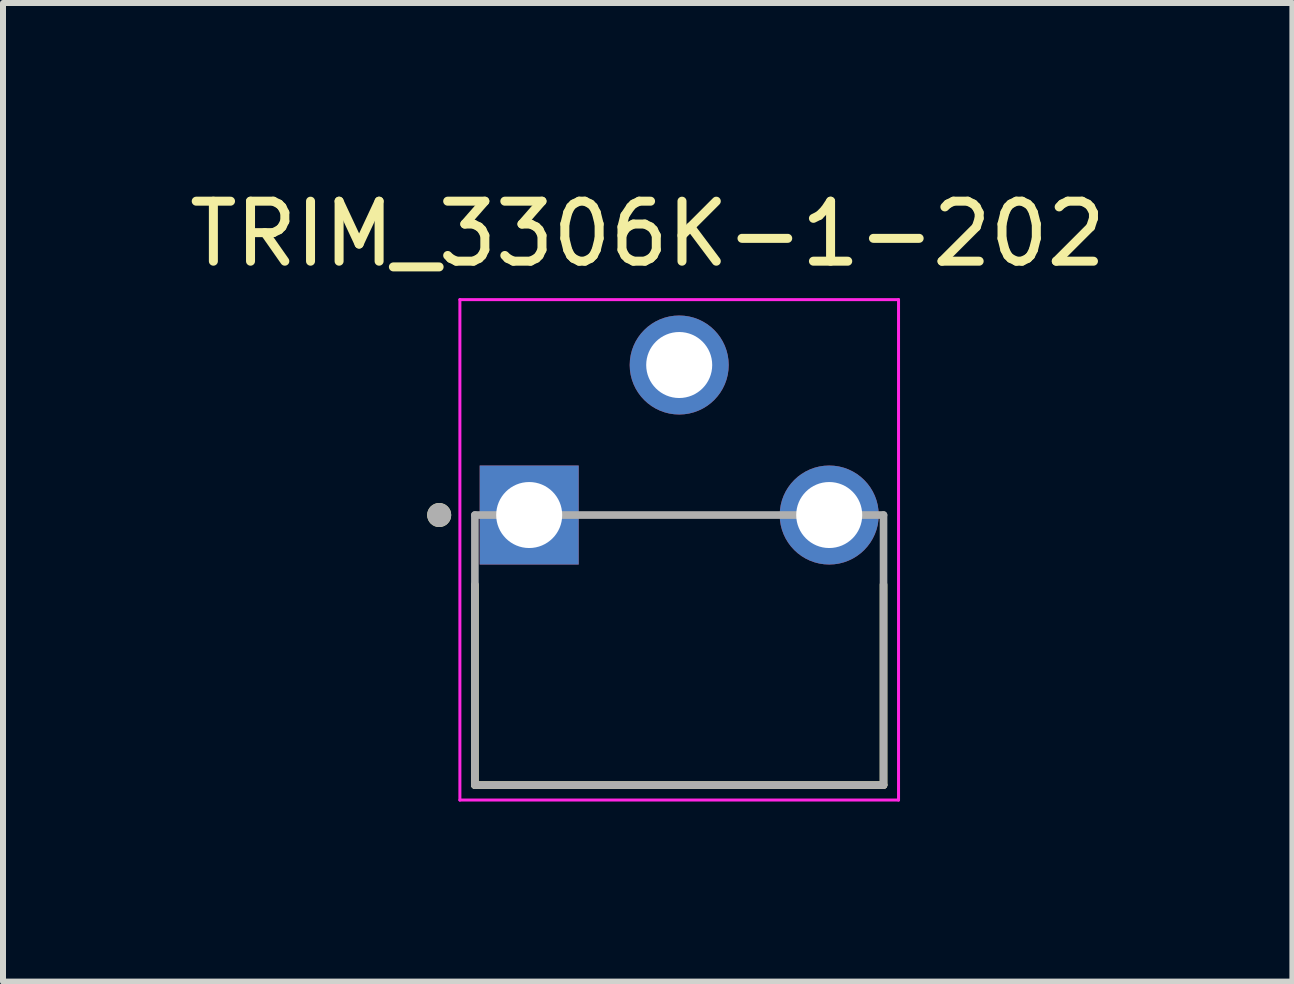
<source format=kicad_pcb>
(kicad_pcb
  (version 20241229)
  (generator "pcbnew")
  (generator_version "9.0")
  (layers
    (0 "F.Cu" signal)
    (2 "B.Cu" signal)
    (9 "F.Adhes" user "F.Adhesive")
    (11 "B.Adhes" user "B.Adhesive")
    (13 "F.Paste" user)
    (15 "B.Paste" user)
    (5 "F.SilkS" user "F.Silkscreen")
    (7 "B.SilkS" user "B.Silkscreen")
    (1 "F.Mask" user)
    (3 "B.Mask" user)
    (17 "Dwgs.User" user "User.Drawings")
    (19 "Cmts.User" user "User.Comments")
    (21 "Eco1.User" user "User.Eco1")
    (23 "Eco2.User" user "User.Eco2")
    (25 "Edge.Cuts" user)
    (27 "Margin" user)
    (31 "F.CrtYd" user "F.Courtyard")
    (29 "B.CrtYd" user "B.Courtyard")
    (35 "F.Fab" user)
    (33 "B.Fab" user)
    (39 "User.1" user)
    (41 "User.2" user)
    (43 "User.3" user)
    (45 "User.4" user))
  (footprint "TRIM_3306K-1-202"
    (layer "F.Cu")
    (at 8.269 6.533)
    (property "Reference" "TRIM_3306K-1-202" (at -0.525 -5.685 0) (layer "F.SilkS") (effects (font (size 1 1) (thickness 0.15))))
    (attr through_hole)
    (fp_line (start -3.405 0.16) (end -3.405 3.5) (stroke (width 0.127) (type solid)) (layer "F.SilkS"))
    (fp_line (start -3.405 3.5) (end 3.405 3.5) (stroke (width 0.127) (type solid)) (layer "F.SilkS"))
    (fp_line (start 3.405 3.5) (end 3.405 0.16) (stroke (width 0.127) (type solid)) (layer "F.SilkS"))
    (fp_circle (center -4 -1) (end -3.9 -1) (stroke (width 0.2) (type solid)) (fill no) (layer "F.SilkS"))
    (fp_line (start -3.655 -4.59) (end 3.655 -4.59) (stroke (width 0.05) (type solid)) (layer "F.CrtYd"))
    (fp_line (start -3.655 3.75) (end -3.655 -4.59) (stroke (width 0.05) (type solid)) (layer "F.CrtYd"))
    (fp_line (start 3.655 -4.59) (end 3.655 3.75) (stroke (width 0.05) (type solid)) (layer "F.CrtYd"))
    (fp_line (start 3.655 3.75) (end -3.655 3.75) (stroke (width 0.05) (type solid)) (layer "F.CrtYd"))
    (fp_line (start -3.405 -1) (end 3.405 -1) (stroke (width 0.127) (type solid)) (layer "F.Fab"))
    (fp_line (start -3.405 3.5) (end -3.405 -1) (stroke (width 0.127) (type solid)) (layer "F.Fab"))
    (fp_line (start 3.405 -1) (end 3.405 3.5) (stroke (width 0.127) (type solid)) (layer "F.Fab"))
    (fp_line (start 3.405 3.5) (end -3.405 3.5) (stroke (width 0.127) (type solid)) (layer "F.Fab"))
    (fp_circle (center -4 -1) (end -3.9 -1) (stroke (width 0.2) (type solid)) (fill no) (layer "F.Fab"))
    (pad "1" thru_hole rect (at -2.5 -1) (size 1.65 1.65) (drill 1.1) (layers "*.Cu" "*.Mask"))
    (pad "2" thru_hole circle (at 0 -3.5) (size 1.65 1.65) (drill 1.1) (layers "*.Cu" "*.Mask"))
    (pad "3" thru_hole circle (at 2.5 -1) (size 1.65 1.65) (drill 1.1) (layers "*.Cu" "*.Mask")))
  (gr_rect
    (start -3 -3)
    (end 18.488 13.308)
    (stroke (width 0.1) (type default))
    (fill no)
    (layer "Edge.Cuts")))
</source>
